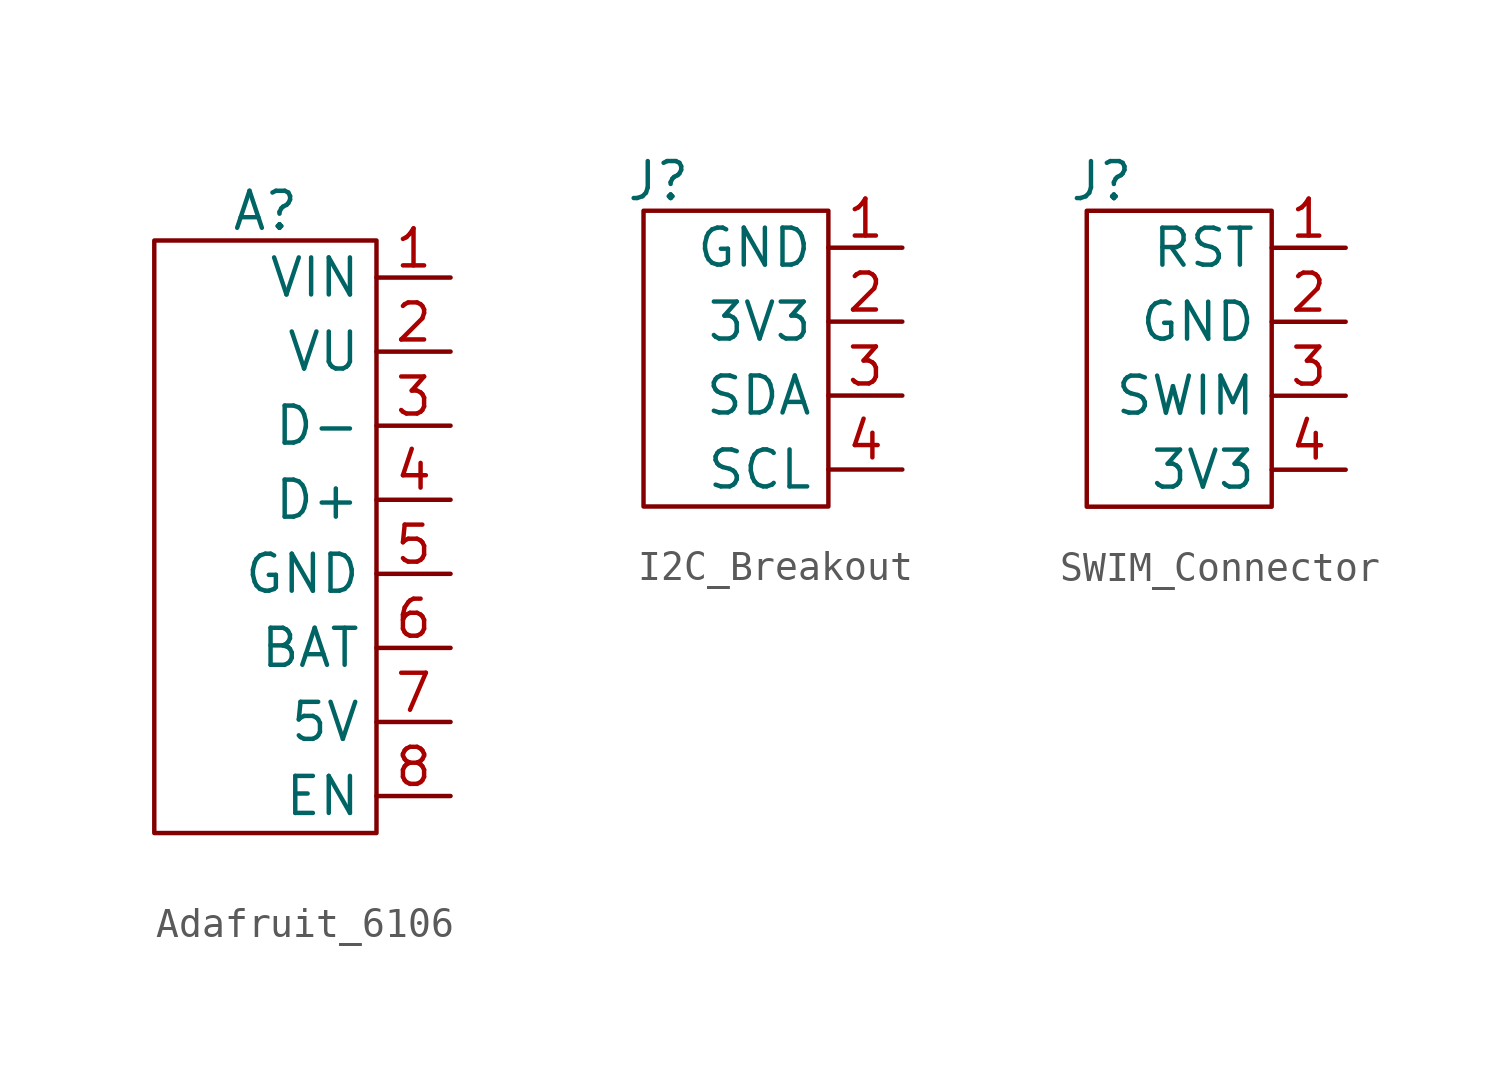
<source format=kicad_sym>
(kicad_symbol_lib
  (version 20241209)
  (generator "kicad_symbol_editor")
  (generator_version "9.0")
  (symbol "Adafruit_6106"
    (property "Reference" "A"
      (at 3.81 1.016 0)
      (effects (font (size 1.27 1.27))))
    (property "Value" ""
      (at 0 0 0)
      (effects (font (size 1.27 1.27))))
    (symbol "Adafruit_6106_1_1"
      (rectangle (start 0 0) (end 7.62 -20.32) (stroke (width 0) (type solid)) (fill (type none)))
      (pin power_in line (at 10.16 -1.27 180) (length 2.54) (name "VIN" (effects (font (size 1.27 1.27)))) (number "1" (effects (font (size 1.27 1.27)))))
      (pin power_in line (at 10.16 -3.81 180) (length 2.54) (name "VU" (effects (font (size 1.27 1.27)))) (number "2" (effects (font (size 1.27 1.27)))))
      (pin bidirectional line (at 10.16 -6.35 180) (length 2.54) (name "D-" (effects (font (size 1.27 1.27)))) (number "3" (effects (font (size 1.27 1.27)))))
      (pin bidirectional line (at 10.16 -8.89 180) (length 2.54) (name "D+" (effects (font (size 1.27 1.27)))) (number "4" (effects (font (size 1.27 1.27)))))
      (pin power_out line (at 10.16 -11.43 180) (length 2.54) (name "GND" (effects (font (size 1.27 1.27)))) (number "5" (effects (font (size 1.27 1.27)))))
      (pin power_out line (at 10.16 -13.97 180) (length 2.54) (name "BAT" (effects (font (size 1.27 1.27)))) (number "6" (effects (font (size 1.27 1.27)))))
      (pin power_out line (at 10.16 -16.51 180) (length 2.54) (name "5V" (effects (font (size 1.27 1.27)))) (number "7" (effects (font (size 1.27 1.27)))))
      (pin input line (at 10.16 -19.05 180) (length 2.54) (name "EN" (effects (font (size 1.27 1.27)))) (number "8" (effects (font (size 1.27 1.27)))))))
  (symbol "I2C_Breakout"
    (property "Reference" "J"
      (at 0.508 1.016 0)
      (effects (font (size 1.27 1.27))))
    (property "Value" ""
      (at 0 0 0)
      (effects (font (size 1.27 1.27))))
    (symbol "I2C_Breakout_0_1"
      (rectangle (start 0 0) (end 6.35 -10.16) (stroke (width 0) (type default)) (fill (type none))))
    (symbol "I2C_Breakout_1_1"
      (pin power_in line (at 8.89 -1.27 180) (length 2.54) (name "GND" (effects (font (size 1.27 1.27)))) (number "1" (effects (font (size 1.27 1.27)))))
      (pin power_in line (at 8.89 -3.81 180) (length 2.54) (name "3V3" (effects (font (size 1.27 1.27)))) (number "2" (effects (font (size 1.27 1.27)))))
      (pin bidirectional line (at 8.89 -6.35 180) (length 2.54) (name "SDA" (effects (font (size 1.27 1.27)))) (number "3" (effects (font (size 1.27 1.27)))))
      (pin input line (at 8.89 -8.89 180) (length 2.54) (name "SCL" (effects (font (size 1.27 1.27)))) (number "4" (effects (font (size 1.27 1.27)))))))
  (symbol "SWIM_Connector"
    (property "Reference" "J"
      (at -3.302 1.016 0)
      (effects (font (size 1.27 1.27))))
    (property "Value" ""
      (at 0 0 0)
      (effects (font (size 1.27 1.27))))
    (symbol "SWIM_Connector_0_1"
      (rectangle (start -3.81 0) (end 2.54 -10.16) (stroke (width 0) (type default)) (fill (type none))))
    (symbol "SWIM_Connector_1_1"
      (pin output line (at 5.08 -1.27 180) (length 2.54) (name "RST" (effects (font (size 1.27 1.27)))) (number "1" (effects (font (size 1.27 1.27)))))
      (pin power_out line (at 5.08 -3.81 180) (length 2.54) (name "GND" (effects (font (size 1.27 1.27)))) (number "2" (effects (font (size 1.27 1.27)))))
      (pin bidirectional line (at 5.08 -6.35 180) (length 2.54) (name "SWIM" (effects (font (size 1.27 1.27)))) (number "3" (effects (font (size 1.27 1.27)))))
      (pin power_out line (at 5.08 -8.89 180) (length 2.54) (name "3V3" (effects (font (size 1.27 1.27)))) (number "4" (effects (font (size 1.27 1.27))))))))
</source>
